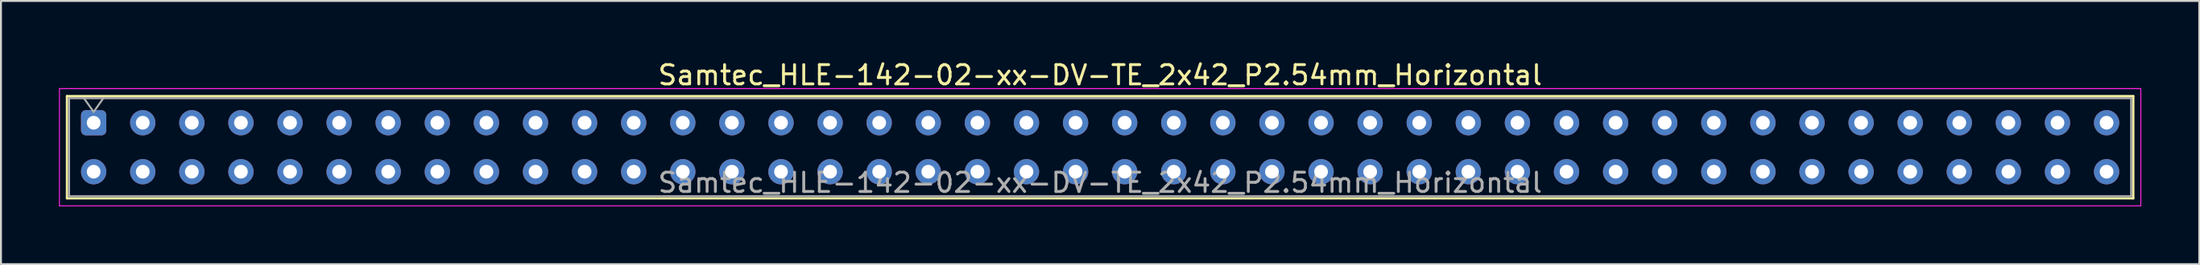
<source format=kicad_pcb>
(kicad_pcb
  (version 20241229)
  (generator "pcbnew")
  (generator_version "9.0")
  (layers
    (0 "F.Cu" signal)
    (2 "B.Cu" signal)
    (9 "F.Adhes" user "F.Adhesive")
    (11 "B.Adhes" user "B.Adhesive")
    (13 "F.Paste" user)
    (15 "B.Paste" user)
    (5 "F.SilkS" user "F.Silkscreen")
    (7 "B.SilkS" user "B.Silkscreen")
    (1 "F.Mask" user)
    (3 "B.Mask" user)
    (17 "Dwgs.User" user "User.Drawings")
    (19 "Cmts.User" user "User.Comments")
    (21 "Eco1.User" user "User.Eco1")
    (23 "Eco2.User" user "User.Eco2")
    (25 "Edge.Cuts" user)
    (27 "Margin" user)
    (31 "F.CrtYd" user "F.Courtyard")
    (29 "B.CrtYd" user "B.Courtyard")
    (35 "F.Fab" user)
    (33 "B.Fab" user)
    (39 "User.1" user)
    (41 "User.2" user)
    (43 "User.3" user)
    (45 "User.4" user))
  (footprint "Samtec_HLE-142-02-xx-DV-TE_2x42_P2.54mm_Horizontal"
    (layer "F.Cu")
    (at 1.795 3.318)
    (property "Reference" "Samtec_HLE-142-02-xx-DV-TE_2x42_P2.54mm_Horizontal" (at 52.07 -2.47 0) (layer "F.SilkS") (effects (font (size 1 1) (thickness 0.15))))
    (attr through_hole)
    (fp_line (start -1.38 -1.38) (end 105.52 -1.38) (stroke (width 0.12) (type solid)) (layer "F.SilkS"))
    (fp_line (start -1.38 3.92) (end -1.38 -1.38) (stroke (width 0.12) (type solid)) (layer "F.SilkS"))
    (fp_line (start 105.52 -1.38) (end 105.52 3.92) (stroke (width 0.12) (type solid)) (layer "F.SilkS"))
    (fp_line (start 105.52 3.92) (end -1.38 3.92) (stroke (width 0.12) (type solid)) (layer "F.SilkS"))
    (fp_line (start -1.77 -1.77) (end 105.91 -1.77) (stroke (width 0.05) (type solid)) (layer "F.CrtYd"))
    (fp_line (start -1.77 4.31) (end -1.77 -1.77) (stroke (width 0.05) (type solid)) (layer "F.CrtYd"))
    (fp_line (start 105.91 -1.77) (end 105.91 4.31) (stroke (width 0.05) (type solid)) (layer "F.CrtYd"))
    (fp_line (start 105.91 4.31) (end -1.77 4.31) (stroke (width 0.05) (type solid)) (layer "F.CrtYd"))
    (fp_line (start -1.27 -1.27) (end 105.41 -1.27) (stroke (width 0.1) (type solid)) (layer "F.Fab"))
    (fp_line (start -1.27 3.81) (end -1.27 -1.27) (stroke (width 0.1) (type solid)) (layer "F.Fab"))
    (fp_line (start -0.5 -1.27) (end 0 -0.563) (stroke (width 0.1) (type solid)) (layer "F.Fab"))
    (fp_line (start 0 -0.563) (end 0.5 -1.27) (stroke (width 0.1) (type solid)) (layer "F.Fab"))
    (fp_line (start 105.41 -1.27) (end 105.41 3.81) (stroke (width 0.1) (type solid)) (layer "F.Fab"))
    (fp_line (start 105.41 3.81) (end -1.27 3.81) (stroke (width 0.1) (type solid)) (layer "F.Fab"))
    (fp_text user "${REFERENCE}" (at 52.07 3.11 0) (layer "F.Fab") (effects (font (size 1 1) (thickness 0.15))))
    (pad "1" thru_hole roundrect (at 0 0) (size 1.31 1.31) (drill 0.71) (layers "*.Cu" "*.Mask") (roundrect_rratio 0.191))
    (pad "2" thru_hole circle (at 0 2.54) (size 1.31 1.31) (drill 0.71) (layers "*.Cu" "*.Mask"))
    (pad "3" thru_hole circle (at 2.54 0) (size 1.31 1.31) (drill 0.71) (layers "*.Cu" "*.Mask"))
    (pad "4" thru_hole circle (at 2.54 2.54) (size 1.31 1.31) (drill 0.71) (layers "*.Cu" "*.Mask"))
    (pad "5" thru_hole circle (at 5.08 0) (size 1.31 1.31) (drill 0.71) (layers "*.Cu" "*.Mask"))
    (pad "6" thru_hole circle (at 5.08 2.54) (size 1.31 1.31) (drill 0.71) (layers "*.Cu" "*.Mask"))
    (pad "7" thru_hole circle (at 7.62 0) (size 1.31 1.31) (drill 0.71) (layers "*.Cu" "*.Mask"))
    (pad "8" thru_hole circle (at 7.62 2.54) (size 1.31 1.31) (drill 0.71) (layers "*.Cu" "*.Mask"))
    (pad "9" thru_hole circle (at 10.16 0) (size 1.31 1.31) (drill 0.71) (layers "*.Cu" "*.Mask"))
    (pad "10" thru_hole circle (at 10.16 2.54) (size 1.31 1.31) (drill 0.71) (layers "*.Cu" "*.Mask"))
    (pad "11" thru_hole circle (at 12.7 0) (size 1.31 1.31) (drill 0.71) (layers "*.Cu" "*.Mask"))
    (pad "12" thru_hole circle (at 12.7 2.54) (size 1.31 1.31) (drill 0.71) (layers "*.Cu" "*.Mask"))
    (pad "13" thru_hole circle (at 15.24 0) (size 1.31 1.31) (drill 0.71) (layers "*.Cu" "*.Mask"))
    (pad "14" thru_hole circle (at 15.24 2.54) (size 1.31 1.31) (drill 0.71) (layers "*.Cu" "*.Mask"))
    (pad "15" thru_hole circle (at 17.78 0) (size 1.31 1.31) (drill 0.71) (layers "*.Cu" "*.Mask"))
    (pad "16" thru_hole circle (at 17.78 2.54) (size 1.31 1.31) (drill 0.71) (layers "*.Cu" "*.Mask"))
    (pad "17" thru_hole circle (at 20.32 0) (size 1.31 1.31) (drill 0.71) (layers "*.Cu" "*.Mask"))
    (pad "18" thru_hole circle (at 20.32 2.54) (size 1.31 1.31) (drill 0.71) (layers "*.Cu" "*.Mask"))
    (pad "19" thru_hole circle (at 22.86 0) (size 1.31 1.31) (drill 0.71) (layers "*.Cu" "*.Mask"))
    (pad "20" thru_hole circle (at 22.86 2.54) (size 1.31 1.31) (drill 0.71) (layers "*.Cu" "*.Mask"))
    (pad "21" thru_hole circle (at 25.4 0) (size 1.31 1.31) (drill 0.71) (layers "*.Cu" "*.Mask"))
    (pad "22" thru_hole circle (at 25.4 2.54) (size 1.31 1.31) (drill 0.71) (layers "*.Cu" "*.Mask"))
    (pad "23" thru_hole circle (at 27.94 0) (size 1.31 1.31) (drill 0.71) (layers "*.Cu" "*.Mask"))
    (pad "24" thru_hole circle (at 27.94 2.54) (size 1.31 1.31) (drill 0.71) (layers "*.Cu" "*.Mask"))
    (pad "25" thru_hole circle (at 30.48 0) (size 1.31 1.31) (drill 0.71) (layers "*.Cu" "*.Mask"))
    (pad "26" thru_hole circle (at 30.48 2.54) (size 1.31 1.31) (drill 0.71) (layers "*.Cu" "*.Mask"))
    (pad "27" thru_hole circle (at 33.02 0) (size 1.31 1.31) (drill 0.71) (layers "*.Cu" "*.Mask"))
    (pad "28" thru_hole circle (at 33.02 2.54) (size 1.31 1.31) (drill 0.71) (layers "*.Cu" "*.Mask"))
    (pad "29" thru_hole circle (at 35.56 0) (size 1.31 1.31) (drill 0.71) (layers "*.Cu" "*.Mask"))
    (pad "30" thru_hole circle (at 35.56 2.54) (size 1.31 1.31) (drill 0.71) (layers "*.Cu" "*.Mask"))
    (pad "31" thru_hole circle (at 38.1 0) (size 1.31 1.31) (drill 0.71) (layers "*.Cu" "*.Mask"))
    (pad "32" thru_hole circle (at 38.1 2.54) (size 1.31 1.31) (drill 0.71) (layers "*.Cu" "*.Mask"))
    (pad "33" thru_hole circle (at 40.64 0) (size 1.31 1.31) (drill 0.71) (layers "*.Cu" "*.Mask"))
    (pad "34" thru_hole circle (at 40.64 2.54) (size 1.31 1.31) (drill 0.71) (layers "*.Cu" "*.Mask"))
    (pad "35" thru_hole circle (at 43.18 0) (size 1.31 1.31) (drill 0.71) (layers "*.Cu" "*.Mask"))
    (pad "36" thru_hole circle (at 43.18 2.54) (size 1.31 1.31) (drill 0.71) (layers "*.Cu" "*.Mask"))
    (pad "37" thru_hole circle (at 45.72 0) (size 1.31 1.31) (drill 0.71) (layers "*.Cu" "*.Mask"))
    (pad "38" thru_hole circle (at 45.72 2.54) (size 1.31 1.31) (drill 0.71) (layers "*.Cu" "*.Mask"))
    (pad "39" thru_hole circle (at 48.26 0) (size 1.31 1.31) (drill 0.71) (layers "*.Cu" "*.Mask"))
    (pad "40" thru_hole circle (at 48.26 2.54) (size 1.31 1.31) (drill 0.71) (layers "*.Cu" "*.Mask"))
    (pad "41" thru_hole circle (at 50.8 0) (size 1.31 1.31) (drill 0.71) (layers "*.Cu" "*.Mask"))
    (pad "42" thru_hole circle (at 50.8 2.54) (size 1.31 1.31) (drill 0.71) (layers "*.Cu" "*.Mask"))
    (pad "43" thru_hole circle (at 53.34 0) (size 1.31 1.31) (drill 0.71) (layers "*.Cu" "*.Mask"))
    (pad "44" thru_hole circle (at 53.34 2.54) (size 1.31 1.31) (drill 0.71) (layers "*.Cu" "*.Mask"))
    (pad "45" thru_hole circle (at 55.88 0) (size 1.31 1.31) (drill 0.71) (layers "*.Cu" "*.Mask"))
    (pad "46" thru_hole circle (at 55.88 2.54) (size 1.31 1.31) (drill 0.71) (layers "*.Cu" "*.Mask"))
    (pad "47" thru_hole circle (at 58.42 0) (size 1.31 1.31) (drill 0.71) (layers "*.Cu" "*.Mask"))
    (pad "48" thru_hole circle (at 58.42 2.54) (size 1.31 1.31) (drill 0.71) (layers "*.Cu" "*.Mask"))
    (pad "49" thru_hole circle (at 60.96 0) (size 1.31 1.31) (drill 0.71) (layers "*.Cu" "*.Mask"))
    (pad "50" thru_hole circle (at 60.96 2.54) (size 1.31 1.31) (drill 0.71) (layers "*.Cu" "*.Mask"))
    (pad "51" thru_hole circle (at 63.5 0) (size 1.31 1.31) (drill 0.71) (layers "*.Cu" "*.Mask"))
    (pad "52" thru_hole circle (at 63.5 2.54) (size 1.31 1.31) (drill 0.71) (layers "*.Cu" "*.Mask"))
    (pad "53" thru_hole circle (at 66.04 0) (size 1.31 1.31) (drill 0.71) (layers "*.Cu" "*.Mask"))
    (pad "54" thru_hole circle (at 66.04 2.54) (size 1.31 1.31) (drill 0.71) (layers "*.Cu" "*.Mask"))
    (pad "55" thru_hole circle (at 68.58 0) (size 1.31 1.31) (drill 0.71) (layers "*.Cu" "*.Mask"))
    (pad "56" thru_hole circle (at 68.58 2.54) (size 1.31 1.31) (drill 0.71) (layers "*.Cu" "*.Mask"))
    (pad "57" thru_hole circle (at 71.12 0) (size 1.31 1.31) (drill 0.71) (layers "*.Cu" "*.Mask"))
    (pad "58" thru_hole circle (at 71.12 2.54) (size 1.31 1.31) (drill 0.71) (layers "*.Cu" "*.Mask"))
    (pad "59" thru_hole circle (at 73.66 0) (size 1.31 1.31) (drill 0.71) (layers "*.Cu" "*.Mask"))
    (pad "60" thru_hole circle (at 73.66 2.54) (size 1.31 1.31) (drill 0.71) (layers "*.Cu" "*.Mask"))
    (pad "61" thru_hole circle (at 76.2 0) (size 1.31 1.31) (drill 0.71) (layers "*.Cu" "*.Mask"))
    (pad "62" thru_hole circle (at 76.2 2.54) (size 1.31 1.31) (drill 0.71) (layers "*.Cu" "*.Mask"))
    (pad "63" thru_hole circle (at 78.74 0) (size 1.31 1.31) (drill 0.71) (layers "*.Cu" "*.Mask"))
    (pad "64" thru_hole circle (at 78.74 2.54) (size 1.31 1.31) (drill 0.71) (layers "*.Cu" "*.Mask"))
    (pad "65" thru_hole circle (at 81.28 0) (size 1.31 1.31) (drill 0.71) (layers "*.Cu" "*.Mask"))
    (pad "66" thru_hole circle (at 81.28 2.54) (size 1.31 1.31) (drill 0.71) (layers "*.Cu" "*.Mask"))
    (pad "67" thru_hole circle (at 83.82 0) (size 1.31 1.31) (drill 0.71) (layers "*.Cu" "*.Mask"))
    (pad "68" thru_hole circle (at 83.82 2.54) (size 1.31 1.31) (drill 0.71) (layers "*.Cu" "*.Mask"))
    (pad "69" thru_hole circle (at 86.36 0) (size 1.31 1.31) (drill 0.71) (layers "*.Cu" "*.Mask"))
    (pad "70" thru_hole circle (at 86.36 2.54) (size 1.31 1.31) (drill 0.71) (layers "*.Cu" "*.Mask"))
    (pad "71" thru_hole circle (at 88.9 0) (size 1.31 1.31) (drill 0.71) (layers "*.Cu" "*.Mask"))
    (pad "72" thru_hole circle (at 88.9 2.54) (size 1.31 1.31) (drill 0.71) (layers "*.Cu" "*.Mask"))
    (pad "73" thru_hole circle (at 91.44 0) (size 1.31 1.31) (drill 0.71) (layers "*.Cu" "*.Mask"))
    (pad "74" thru_hole circle (at 91.44 2.54) (size 1.31 1.31) (drill 0.71) (layers "*.Cu" "*.Mask"))
    (pad "75" thru_hole circle (at 93.98 0) (size 1.31 1.31) (drill 0.71) (layers "*.Cu" "*.Mask"))
    (pad "76" thru_hole circle (at 93.98 2.54) (size 1.31 1.31) (drill 0.71) (layers "*.Cu" "*.Mask"))
    (pad "77" thru_hole circle (at 96.52 0) (size 1.31 1.31) (drill 0.71) (layers "*.Cu" "*.Mask"))
    (pad "78" thru_hole circle (at 96.52 2.54) (size 1.31 1.31) (drill 0.71) (layers "*.Cu" "*.Mask"))
    (pad "79" thru_hole circle (at 99.06 0) (size 1.31 1.31) (drill 0.71) (layers "*.Cu" "*.Mask"))
    (pad "80" thru_hole circle (at 99.06 2.54) (size 1.31 1.31) (drill 0.71) (layers "*.Cu" "*.Mask"))
    (pad "81" thru_hole circle (at 101.6 0) (size 1.31 1.31) (drill 0.71) (layers "*.Cu" "*.Mask"))
    (pad "82" thru_hole circle (at 101.6 2.54) (size 1.31 1.31) (drill 0.71) (layers "*.Cu" "*.Mask"))
    (pad "83" thru_hole circle (at 104.14 0) (size 1.31 1.31) (drill 0.71) (layers "*.Cu" "*.Mask"))
    (pad "84" thru_hole circle (at 104.14 2.54) (size 1.31 1.31) (drill 0.71) (layers "*.Cu" "*.Mask")))
  (gr_rect
    (start -3 -3)
    (end 110.73 10.653)
    (stroke (width 0.1) (type default))
    (fill no)
    (layer "Edge.Cuts")))
</source>
